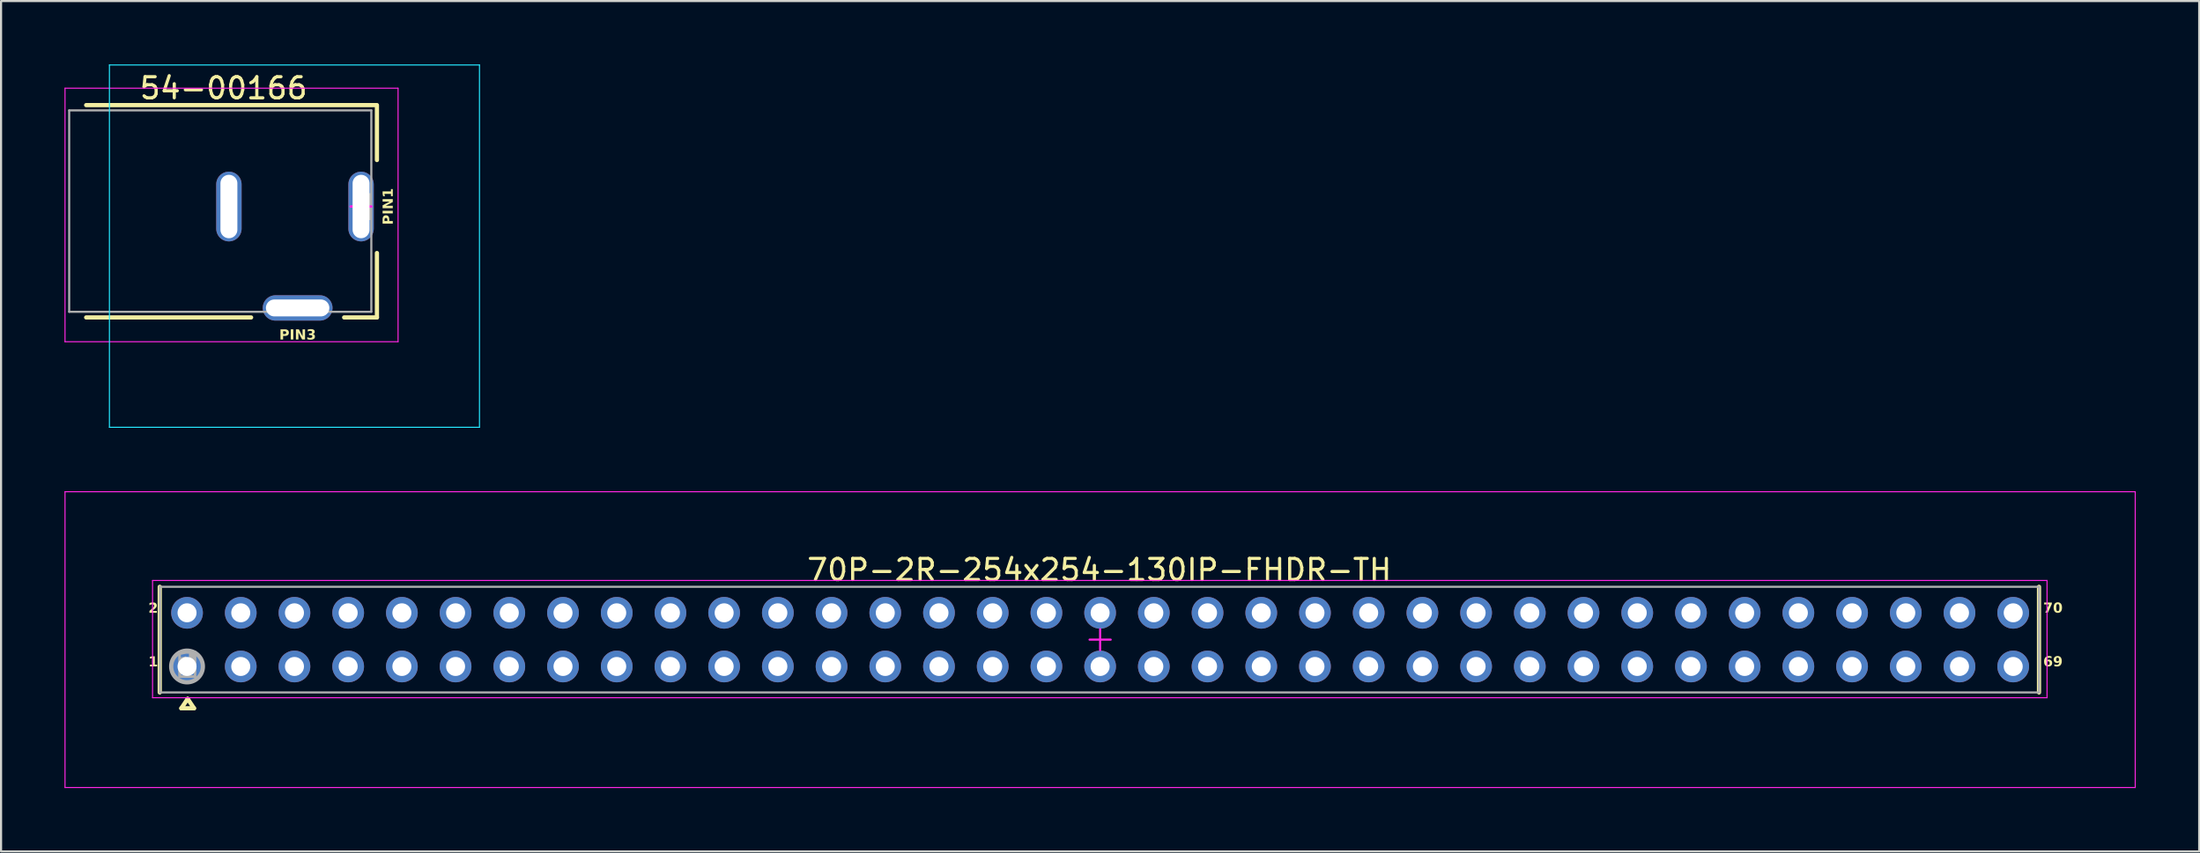
<source format=kicad_pcb>
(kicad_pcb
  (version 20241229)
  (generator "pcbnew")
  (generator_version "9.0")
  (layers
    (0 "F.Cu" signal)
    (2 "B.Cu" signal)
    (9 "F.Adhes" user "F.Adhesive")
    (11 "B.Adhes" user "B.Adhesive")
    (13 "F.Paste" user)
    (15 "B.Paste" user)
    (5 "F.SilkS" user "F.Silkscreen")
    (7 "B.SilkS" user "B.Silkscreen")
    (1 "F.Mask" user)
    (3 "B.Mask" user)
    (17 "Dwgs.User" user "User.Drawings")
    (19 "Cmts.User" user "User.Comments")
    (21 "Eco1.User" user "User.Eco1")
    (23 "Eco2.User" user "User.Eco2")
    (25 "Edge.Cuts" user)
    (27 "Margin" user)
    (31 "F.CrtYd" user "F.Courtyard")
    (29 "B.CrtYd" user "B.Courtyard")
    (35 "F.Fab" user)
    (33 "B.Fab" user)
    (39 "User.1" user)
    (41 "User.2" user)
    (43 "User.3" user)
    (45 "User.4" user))
  (footprint "70P-2R-254x254-130IP-FHDR-TH"
    (layer "F.Cu")
    (at 48.975 27.225)
    (property "Reference" "70P-2R-254x254-130IP-FHDR-TH" (at -0.035 -3.3 0) (layer "F.SilkS") (effects (font (size 1 1) (thickness 0.15))))
    (fp_line (start -44.47 2.5) (end -44.47 -2.5) (stroke (width 0.2) (type solid)) (layer "F.SilkS"))
    (fp_line (start -43.45 3.25) (end -43.15 2.8) (stroke (width 0.2) (type solid)) (layer "F.SilkS"))
    (fp_line (start -43.45 3.25) (end -42.85 3.25) (stroke (width 0.2) (type solid)) (layer "F.SilkS"))
    (fp_line (start -43.15 2.8) (end -42.85 3.25) (stroke (width 0.2) (type solid)) (layer "F.SilkS"))
    (fp_line (start 44.4 2.5) (end 44.4 -2.5) (stroke (width 0.2) (type solid)) (layer "F.SilkS"))
    (fp_line (start -48.95 -7) (end 48.95 -7) (stroke (width 0.05) (type solid)) (layer "F.CrtYd"))
    (fp_line (start -48.95 7) (end -48.95 -7) (stroke (width 0.05) (type solid)) (layer "F.CrtYd"))
    (fp_line (start -48.95 7) (end 48.95 7) (stroke (width 0.05) (type solid)) (layer "F.CrtYd"))
    (fp_line (start -44.81 -2.8) (end 44.78 -2.8) (stroke (width 0.05) (type solid)) (layer "F.CrtYd"))
    (fp_line (start -44.81 2.75) (end -44.81 -2.8) (stroke (width 0.05) (type solid)) (layer "F.CrtYd"))
    (fp_line (start -44.81 2.75) (end 44.78 2.75) (stroke (width 0.05) (type solid)) (layer "F.CrtYd"))
    (fp_line (start -0.5 0) (end 0.5 0) (stroke (width 0.1) (type solid)) (layer "F.CrtYd"))
    (fp_line (start 0 0.5) (end 0 -0.5) (stroke (width 0.1) (type solid)) (layer "F.CrtYd"))
    (fp_line (start 44.78 2.75) (end 44.78 -2.8) (stroke (width 0.05) (type solid)) (layer "F.CrtYd"))
    (fp_line (start 48.95 7) (end 48.95 -7) (stroke (width 0.05) (type solid)) (layer "F.CrtYd"))
    (fp_line (start -44.46 -2.5) (end 44.4 -2.5) (stroke (width 0.1) (type solid)) (layer "F.Fab"))
    (fp_line (start -44.46 2.5) (end -44.46 -2.5) (stroke (width 0.1) (type solid)) (layer "F.Fab"))
    (fp_line (start -44.46 2.5) (end 44.4 2.5) (stroke (width 0.1) (type solid)) (layer "F.Fab"))
    (fp_line (start 44.4 2.5) (end 44.4 -2.5) (stroke (width 0.1) (type solid)) (layer "F.Fab"))
    (fp_circle (center -43.18 1.27) (end -43.18 0.52) (stroke (width 0.2) (type solid)) (fill no) (layer "F.Fab"))
    (fp_text user "70" (at 44.6 -1.196 0) (unlocked yes) (layer "F.SilkS") (effects (font (face "Arial Black") (size 0.472 0.472) (thickness 0.1)) (justify left bottom)))
    (fp_text user "69" (at 44.6 1.344 0) (unlocked yes) (layer "F.SilkS") (effects (font (face "Arial Black") (size 0.472 0.472) (thickness 0.1)) (justify left bottom)))
    (fp_text user "1" (at -45.01 1.35 0) (unlocked yes) (layer "F.SilkS") (effects (font (face "Arial Black") (size 0.472 0.472) (thickness 0.1)) (justify left bottom)))
    (fp_text user "2" (at -45.01 -1.19 0) (unlocked yes) (layer "F.SilkS") (effects (font (face "Arial Black") (size 0.472 0.472) (thickness 0.1)) (justify left bottom)))
    (fp_text user "1" (at -43.18 1.27 0) (unlocked yes) (layer "F.Fab" knockout) (effects (font (face "Arial") (size 1 1) (thickness 0.254))))
    (pad "1" thru_hole circle (at -43.18 1.27 180) (size 1.5 1.5) (drill 0.9) (layers "*.Cu" "*.Mask"))
    (pad "2" thru_hole circle (at -43.18 -1.27 270) (size 1.5 1.5) (drill 0.9) (layers "*.Cu" "*.Mask"))
    (pad "3" thru_hole circle (at -40.64 1.27 180) (size 1.5 1.5) (drill 0.9) (layers "*.Cu" "*.Mask"))
    (pad "4" thru_hole circle (at -40.64 -1.27 270) (size 1.5 1.5) (drill 0.9) (layers "*.Cu" "*.Mask"))
    (pad "5" thru_hole circle (at -38.1 1.27 180) (size 1.5 1.5) (drill 0.9) (layers "*.Cu" "*.Mask"))
    (pad "6" thru_hole circle (at -38.1 -1.27 270) (size 1.5 1.5) (drill 0.9) (layers "*.Cu" "*.Mask"))
    (pad "7" thru_hole circle (at -35.56 1.27 180) (size 1.5 1.5) (drill 0.9) (layers "*.Cu" "*.Mask"))
    (pad "8" thru_hole circle (at -35.56 -1.27 270) (size 1.5 1.5) (drill 0.9) (layers "*.Cu" "*.Mask"))
    (pad "9" thru_hole circle (at -33.02 1.27 180) (size 1.5 1.5) (drill 0.9) (layers "*.Cu" "*.Mask"))
    (pad "10" thru_hole circle (at -33.02 -1.27 270) (size 1.5 1.5) (drill 0.9) (layers "*.Cu" "*.Mask"))
    (pad "11" thru_hole circle (at -30.48 1.27 180) (size 1.5 1.5) (drill 0.9) (layers "*.Cu" "*.Mask"))
    (pad "12" thru_hole circle (at -30.48 -1.27 270) (size 1.5 1.5) (drill 0.9) (layers "*.Cu" "*.Mask"))
    (pad "13" thru_hole circle (at -27.94 1.27 180) (size 1.5 1.5) (drill 0.9) (layers "*.Cu" "*.Mask"))
    (pad "14" thru_hole circle (at -27.94 -1.27 270) (size 1.5 1.5) (drill 0.9) (layers "*.Cu" "*.Mask"))
    (pad "15" thru_hole circle (at -25.4 1.27 180) (size 1.5 1.5) (drill 0.9) (layers "*.Cu" "*.Mask"))
    (pad "16" thru_hole circle (at -25.4 -1.27 270) (size 1.5 1.5) (drill 0.9) (layers "*.Cu" "*.Mask"))
    (pad "17" thru_hole circle (at -22.86 1.27 180) (size 1.5 1.5) (drill 0.9) (layers "*.Cu" "*.Mask"))
    (pad "18" thru_hole circle (at -22.86 -1.27 270) (size 1.5 1.5) (drill 0.9) (layers "*.Cu" "*.Mask"))
    (pad "19" thru_hole circle (at -20.32 1.27 180) (size 1.5 1.5) (drill 0.9) (layers "*.Cu" "*.Mask"))
    (pad "20" thru_hole circle (at -20.32 -1.27 270) (size 1.5 1.5) (drill 0.9) (layers "*.Cu" "*.Mask"))
    (pad "21" thru_hole circle (at -17.78 1.27 180) (size 1.5 1.5) (drill 0.9) (layers "*.Cu" "*.Mask"))
    (pad "22" thru_hole circle (at -17.78 -1.27 270) (size 1.5 1.5) (drill 0.9) (layers "*.Cu" "*.Mask"))
    (pad "23" thru_hole circle (at -15.24 1.27 180) (size 1.5 1.5) (drill 0.9) (layers "*.Cu" "*.Mask"))
    (pad "24" thru_hole circle (at -15.24 -1.27 270) (size 1.5 1.5) (drill 0.9) (layers "*.Cu" "*.Mask"))
    (pad "25" thru_hole circle (at -12.7 1.27 180) (size 1.5 1.5) (drill 0.9) (layers "*.Cu" "*.Mask"))
    (pad "26" thru_hole circle (at -12.7 -1.27 270) (size 1.5 1.5) (drill 0.9) (layers "*.Cu" "*.Mask"))
    (pad "27" thru_hole circle (at -10.16 1.27 180) (size 1.5 1.5) (drill 0.9) (layers "*.Cu" "*.Mask"))
    (pad "28" thru_hole circle (at -10.16 -1.27 270) (size 1.5 1.5) (drill 0.9) (layers "*.Cu" "*.Mask"))
    (pad "29" thru_hole circle (at -7.62 1.27 180) (size 1.5 1.5) (drill 0.9) (layers "*.Cu" "*.Mask"))
    (pad "30" thru_hole circle (at -7.62 -1.27 270) (size 1.5 1.5) (drill 0.9) (layers "*.Cu" "*.Mask"))
    (pad "31" thru_hole circle (at -5.08 1.27 180) (size 1.5 1.5) (drill 0.9) (layers "*.Cu" "*.Mask"))
    (pad "32" thru_hole circle (at -5.08 -1.27 270) (size 1.5 1.5) (drill 0.9) (layers "*.Cu" "*.Mask"))
    (pad "33" thru_hole circle (at -2.54 1.27 180) (size 1.5 1.5) (drill 0.9) (layers "*.Cu" "*.Mask"))
    (pad "34" thru_hole circle (at -2.54 -1.27 270) (size 1.5 1.5) (drill 0.9) (layers "*.Cu" "*.Mask"))
    (pad "35" thru_hole circle (at 0 1.27 180) (size 1.5 1.5) (drill 0.9) (layers "*.Cu" "*.Mask"))
    (pad "36" thru_hole circle (at 0 -1.27 270) (size 1.5 1.5) (drill 0.9) (layers "*.Cu" "*.Mask"))
    (pad "37" thru_hole circle (at 2.54 1.27 180) (size 1.5 1.5) (drill 0.9) (layers "*.Cu" "*.Mask"))
    (pad "38" thru_hole circle (at 2.54 -1.27 270) (size 1.5 1.5) (drill 0.9) (layers "*.Cu" "*.Mask"))
    (pad "39" thru_hole circle (at 5.08 1.27 180) (size 1.5 1.5) (drill 0.9) (layers "*.Cu" "*.Mask"))
    (pad "40" thru_hole circle (at 5.08 -1.27 270) (size 1.5 1.5) (drill 0.9) (layers "*.Cu" "*.Mask"))
    (pad "41" thru_hole circle (at 7.62 1.27 180) (size 1.5 1.5) (drill 0.9) (layers "*.Cu" "*.Mask"))
    (pad "42" thru_hole circle (at 7.62 -1.27 270) (size 1.5 1.5) (drill 0.9) (layers "*.Cu" "*.Mask"))
    (pad "43" thru_hole circle (at 10.16 1.27 180) (size 1.5 1.5) (drill 0.9) (layers "*.Cu" "*.Mask"))
    (pad "44" thru_hole circle (at 10.16 -1.27 270) (size 1.5 1.5) (drill 0.9) (layers "*.Cu" "*.Mask"))
    (pad "45" thru_hole circle (at 12.7 1.27 180) (size 1.5 1.5) (drill 0.9) (layers "*.Cu" "*.Mask"))
    (pad "46" thru_hole circle (at 12.7 -1.27 270) (size 1.5 1.5) (drill 0.9) (layers "*.Cu" "*.Mask"))
    (pad "47" thru_hole circle (at 15.24 1.27 180) (size 1.5 1.5) (drill 0.9) (layers "*.Cu" "*.Mask"))
    (pad "48" thru_hole circle (at 15.24 -1.27 270) (size 1.5 1.5) (drill 0.9) (layers "*.Cu" "*.Mask"))
    (pad "49" thru_hole circle (at 17.78 1.27 180) (size 1.5 1.5) (drill 0.9) (layers "*.Cu" "*.Mask"))
    (pad "50" thru_hole circle (at 17.78 -1.27 270) (size 1.5 1.5) (drill 0.9) (layers "*.Cu" "*.Mask"))
    (pad "51" thru_hole circle (at 20.32 1.27 180) (size 1.5 1.5) (drill 0.9) (layers "*.Cu" "*.Mask"))
    (pad "52" thru_hole circle (at 20.32 -1.27 270) (size 1.5 1.5) (drill 0.9) (layers "*.Cu" "*.Mask"))
    (pad "53" thru_hole circle (at 22.86 1.27 180) (size 1.5 1.5) (drill 0.9) (layers "*.Cu" "*.Mask"))
    (pad "54" thru_hole circle (at 22.86 -1.27 270) (size 1.5 1.5) (drill 0.9) (layers "*.Cu" "*.Mask"))
    (pad "55" thru_hole circle (at 25.4 1.27 180) (size 1.5 1.5) (drill 0.9) (layers "*.Cu" "*.Mask"))
    (pad "56" thru_hole circle (at 25.4 -1.27 270) (size 1.5 1.5) (drill 0.9) (layers "*.Cu" "*.Mask"))
    (pad "57" thru_hole circle (at 27.94 1.27 180) (size 1.5 1.5) (drill 0.9) (layers "*.Cu" "*.Mask"))
    (pad "58" thru_hole circle (at 27.94 -1.27 270) (size 1.5 1.5) (drill 0.9) (layers "*.Cu" "*.Mask"))
    (pad "59" thru_hole circle (at 30.48 1.27 180) (size 1.5 1.5) (drill 0.9) (layers "*.Cu" "*.Mask"))
    (pad "60" thru_hole circle (at 30.48 -1.27 270) (size 1.5 1.5) (drill 0.9) (layers "*.Cu" "*.Mask"))
    (pad "61" thru_hole circle (at 33.02 1.27 180) (size 1.5 1.5) (drill 0.9) (layers "*.Cu" "*.Mask"))
    (pad "62" thru_hole circle (at 33.02 -1.27 270) (size 1.5 1.5) (drill 0.9) (layers "*.Cu" "*.Mask"))
    (pad "63" thru_hole circle (at 35.56 1.27 180) (size 1.5 1.5) (drill 0.9) (layers "*.Cu" "*.Mask"))
    (pad "64" thru_hole circle (at 35.56 -1.27 270) (size 1.5 1.5) (drill 0.9) (layers "*.Cu" "*.Mask"))
    (pad "65" thru_hole circle (at 38.1 1.27 180) (size 1.5 1.5) (drill 0.9) (layers "*.Cu" "*.Mask"))
    (pad "66" thru_hole circle (at 38.1 -1.27 270) (size 1.5 1.5) (drill 0.9) (layers "*.Cu" "*.Mask"))
    (pad "67" thru_hole circle (at 40.64 1.27 180) (size 1.5 1.5) (drill 0.9) (layers "*.Cu" "*.Mask"))
    (pad "68" thru_hole circle (at 40.64 -1.27 270) (size 1.5 1.5) (drill 0.9) (layers "*.Cu" "*.Mask"))
    (pad "69" thru_hole circle (at 43.18 1.27 180) (size 1.5 1.5) (drill 0.9) (layers "*.Cu" "*.Mask"))
    (pad "70" thru_hole circle (at 43.18 -1.27 270) (size 1.5 1.5) (drill 0.9) (layers "*.Cu" "*.Mask")))
  (footprint "54-00166"
    (layer "F.Cu")
    (at 14.025 6.725)
    (property "Reference" "54-00166" (at -6.501 -5.6 0) (layer "F.SilkS") (effects (font (size 1 1) (thickness 0.15))))
    (fp_line (start -13 -4.8) (end 0.7 -4.8) (stroke (width 0.2) (type solid)) (layer "F.SilkS"))
    (fp_line (start -13 5.25) (end -5.2 5.25) (stroke (width 0.2) (type solid)) (layer "F.SilkS"))
    (fp_line (start -0.8 5.25) (end 0.75 5.25) (stroke (width 0.2) (type solid)) (layer "F.SilkS"))
    (fp_line (start 0.75 -2.2) (end 0.75 -4.8) (stroke (width 0.2) (type solid)) (layer "F.SilkS"))
    (fp_line (start 0.75 5.25) (end 0.75 2.2) (stroke (width 0.2) (type solid)) (layer "F.SilkS"))
    (fp_line (start -11.9 -6.7) (end 5.6 -6.7) (stroke (width 0.05) (type solid)) (layer "B.CrtYd"))
    (fp_line (start -11.9 10.45) (end -11.9 -6.7) (stroke (width 0.05) (type solid)) (layer "B.CrtYd"))
    (fp_line (start -11.9 10.45) (end 5.6 10.45) (stroke (width 0.05) (type solid)) (layer "B.CrtYd"))
    (fp_line (start 5.6 10.45) (end 5.6 -6.7) (stroke (width 0.05) (type solid)) (layer "B.CrtYd"))
    (fp_line (start -14 -5.6) (end 1.75 -5.6) (stroke (width 0.05) (type solid)) (layer "F.CrtYd"))
    (fp_line (start -14 6.4) (end -14 -5.6) (stroke (width 0.05) (type solid)) (layer "F.CrtYd"))
    (fp_line (start -14 6.4) (end 1.75 6.4) (stroke (width 0.05) (type solid)) (layer "F.CrtYd"))
    (fp_line (start -0.5 0) (end 0.5 0) (stroke (width 0.1) (type solid)) (layer "F.CrtYd"))
    (fp_line (start -0.475 0) (end 0.475 0) (stroke (width 0.1) (type solid)) (layer "F.CrtYd"))
    (fp_line (start 0 0.475) (end 0 -0.475) (stroke (width 0.1) (type solid)) (layer "F.CrtYd"))
    (fp_line (start 0 0.5) (end 0 -0.5) (stroke (width 0.1) (type solid)) (layer "F.CrtYd"))
    (fp_line (start 1.75 6.4) (end 1.75 -5.6) (stroke (width 0.05) (type solid)) (layer "F.CrtYd"))
    (fp_line (start -13.803 -4.55) (end 0.485 -4.55) (stroke (width 0.1) (type solid)) (layer "F.Fab"))
    (fp_line (start -13.803 4.982) (end -13.803 -4.55) (stroke (width 0.1) (type solid)) (layer "F.Fab"))
    (fp_line (start -13.803 4.982) (end 0.485 4.982) (stroke (width 0.1) (type solid)) (layer "F.Fab"))
    (fp_line (start 0.485 4.982) (end 0.485 -4.55) (stroke (width 0.1) (type solid)) (layer "F.Fab"))
    (fp_text user "PIN1" (at 1.58 -0.000005 90) (unlocked yes) (layer "F.SilkS") (effects (font (face "Arial Black") (size 0.472 0.472) (thickness 0.1)) (justify bottom)))
    (fp_text user "PIN3" (at -3 6.374 0) (unlocked yes) (layer "F.SilkS") (effects (font (face "Arial Black") (size 0.472 0.472) (thickness 0.1)) (justify bottom)))
    (fp_text user "1" (at 0.05 0.1 0) (unlocked yes) (layer "F.Fab" knockout) (effects (font (face "Arial") (size 1 1) (thickness 0.254))))
    (pad "1" thru_hole oval (at 0 0 90) (size 3.3 1.2) (drill oval 3 0.8) (layers "*.Cu" "*.Mask"))
    (pad "2" thru_hole oval (at -6.25 0 90) (size 3.3 1.2) (drill oval 3 0.8) (layers "*.Cu" "*.Mask"))
    (pad "3" thru_hole oval (at -3 4.8 180) (size 3.3 1.2) (drill oval 3 0.8) (layers "*.Cu" "*.Mask")))
  (gr_rect
    (start -3 -3)
    (end 100.95 37.25)
    (stroke (width 0.1) (type default))
    (fill no)
    (layer "Edge.Cuts")))
</source>
